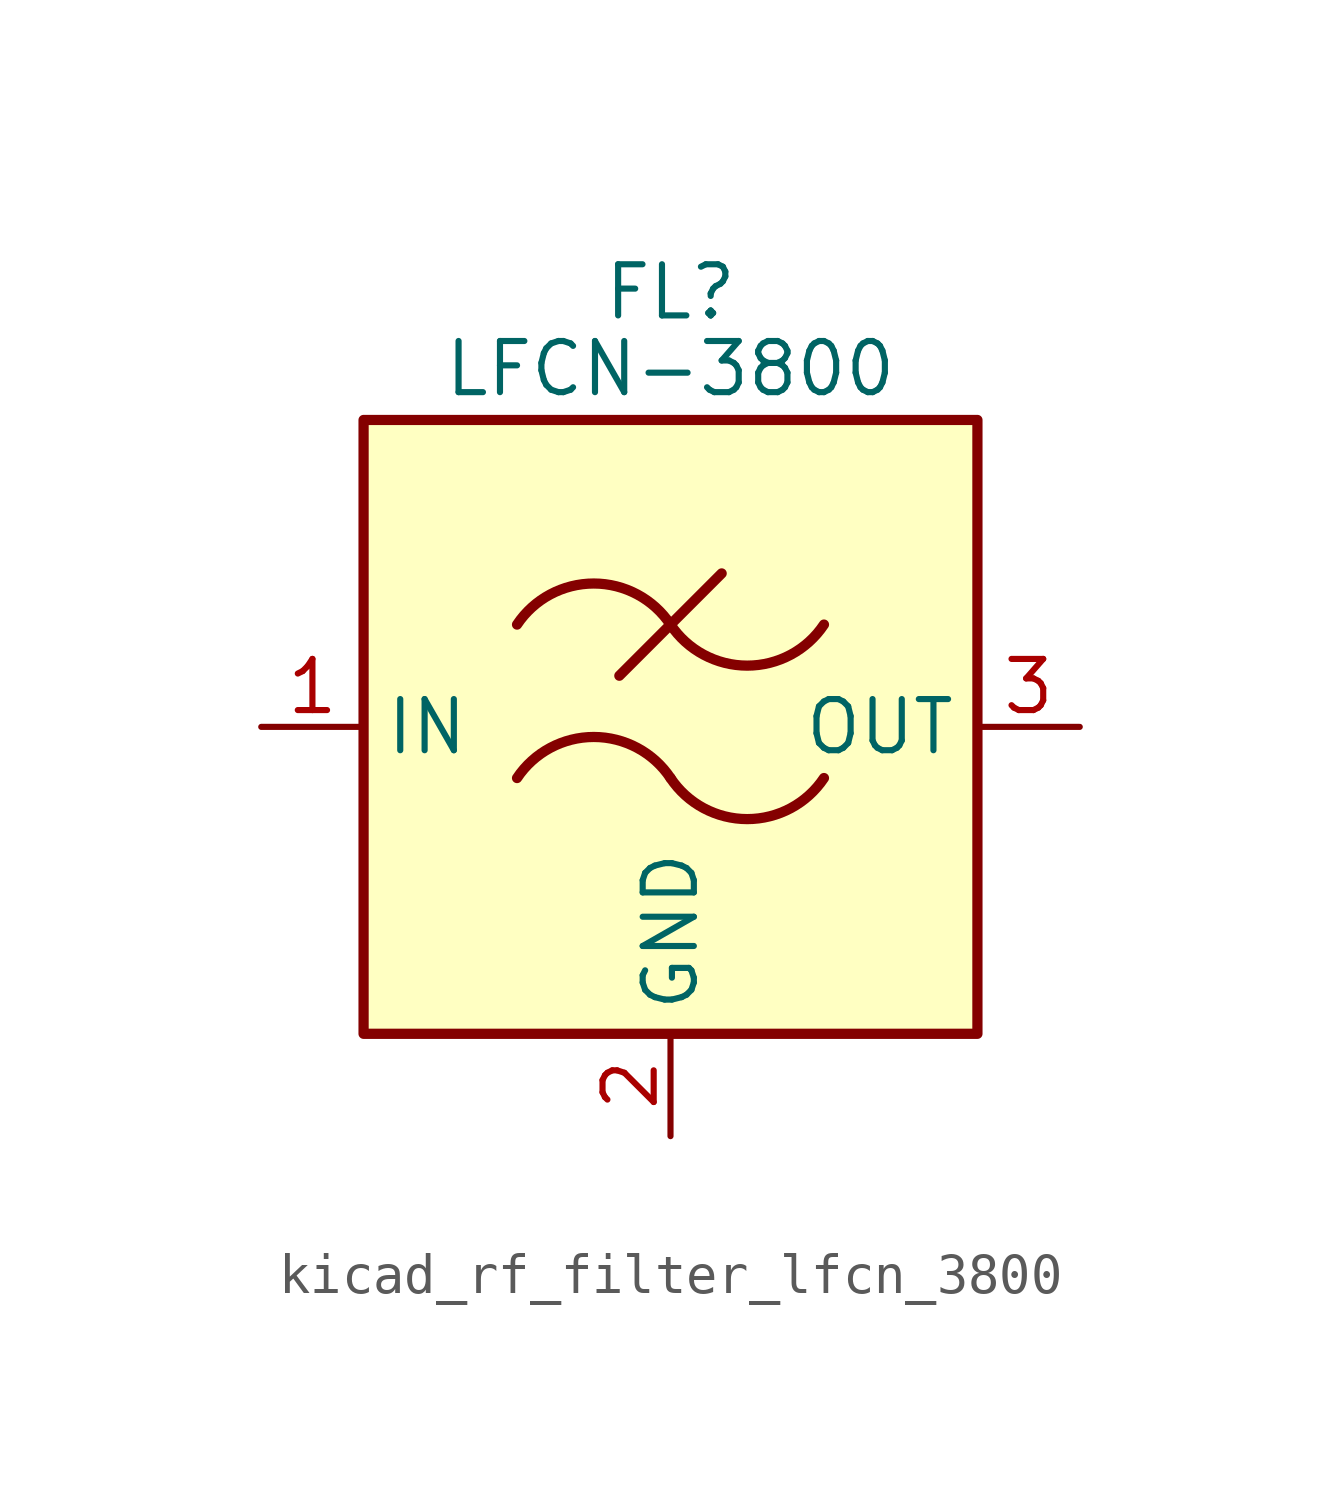
<source format=kicad_sym>
(kicad_symbol_lib
  (version 20220914)
  (generator kicad_symbol_editor)
  (symbol "kicad_rf_filter_lfcn_3800"
    (property "Reference" "FL"
      (at 0 10.795 0)
      (effects (font (size 1.27 1.27))))
    (property "Value" "LFCN-3800"
      (at 0 8.89 0)
      (effects (font (size 1.27 1.27))))
    (symbol "kicad_rf_filter_lfcn_3800_0_1"
      (rectangle (start -7.62 7.62) (end 7.62 -7.62) (stroke (width 0.254) (type default)) (fill (type background)))
      (arc (start 0 -1.27) (mid -1.905 -0.2505) (end -3.81 -1.27) (stroke (width 0.254) (type default)) (fill (type none)))
      (arc (start 0 -1.27) (mid 1.905 -2.2895) (end 3.81 -1.27) (stroke (width 0.254) (type default)) (fill (type none)))
      (polyline (pts (xy -1.27 1.27) (xy 1.27 3.81)) (stroke (width 0.254) (type default)) (fill (type none)))
      (arc (start 0 2.54) (mid -1.905 3.5595) (end -3.81 2.54) (stroke (width 0.254) (type default)) (fill (type none)))
      (arc (start 0 2.54) (mid 1.905 1.5205) (end 3.81 2.54) (stroke (width 0.254) (type default)) (fill (type none))))
    (symbol "kicad_rf_filter_lfcn_3800_1_1"
      (pin passive line (at -10.16 0 0) (length 2.54) (name "IN" (effects (font (size 1.27 1.27)))) (number "1" (effects (font (size 1.27 1.27)))))
      (pin passive line (at 0 -10.16 90) (length 2.54) (name "GND" (effects (font (size 1.27 1.27)))) (number "2" (effects (font (size 1.27 1.27)))))
      (pin passive line (at 10.16 0 180) (length 2.54) (name "OUT" (effects (font (size 1.27 1.27)))) (number "3" (effects (font (size 1.27 1.27)))))
      (pin passive line (at 0 -10.16 90) (length 2.54) hide (name "GND" (effects (font (size 1.27 1.27)))) (number "4" (effects (font (size 1.27 1.27))))))))
</source>
